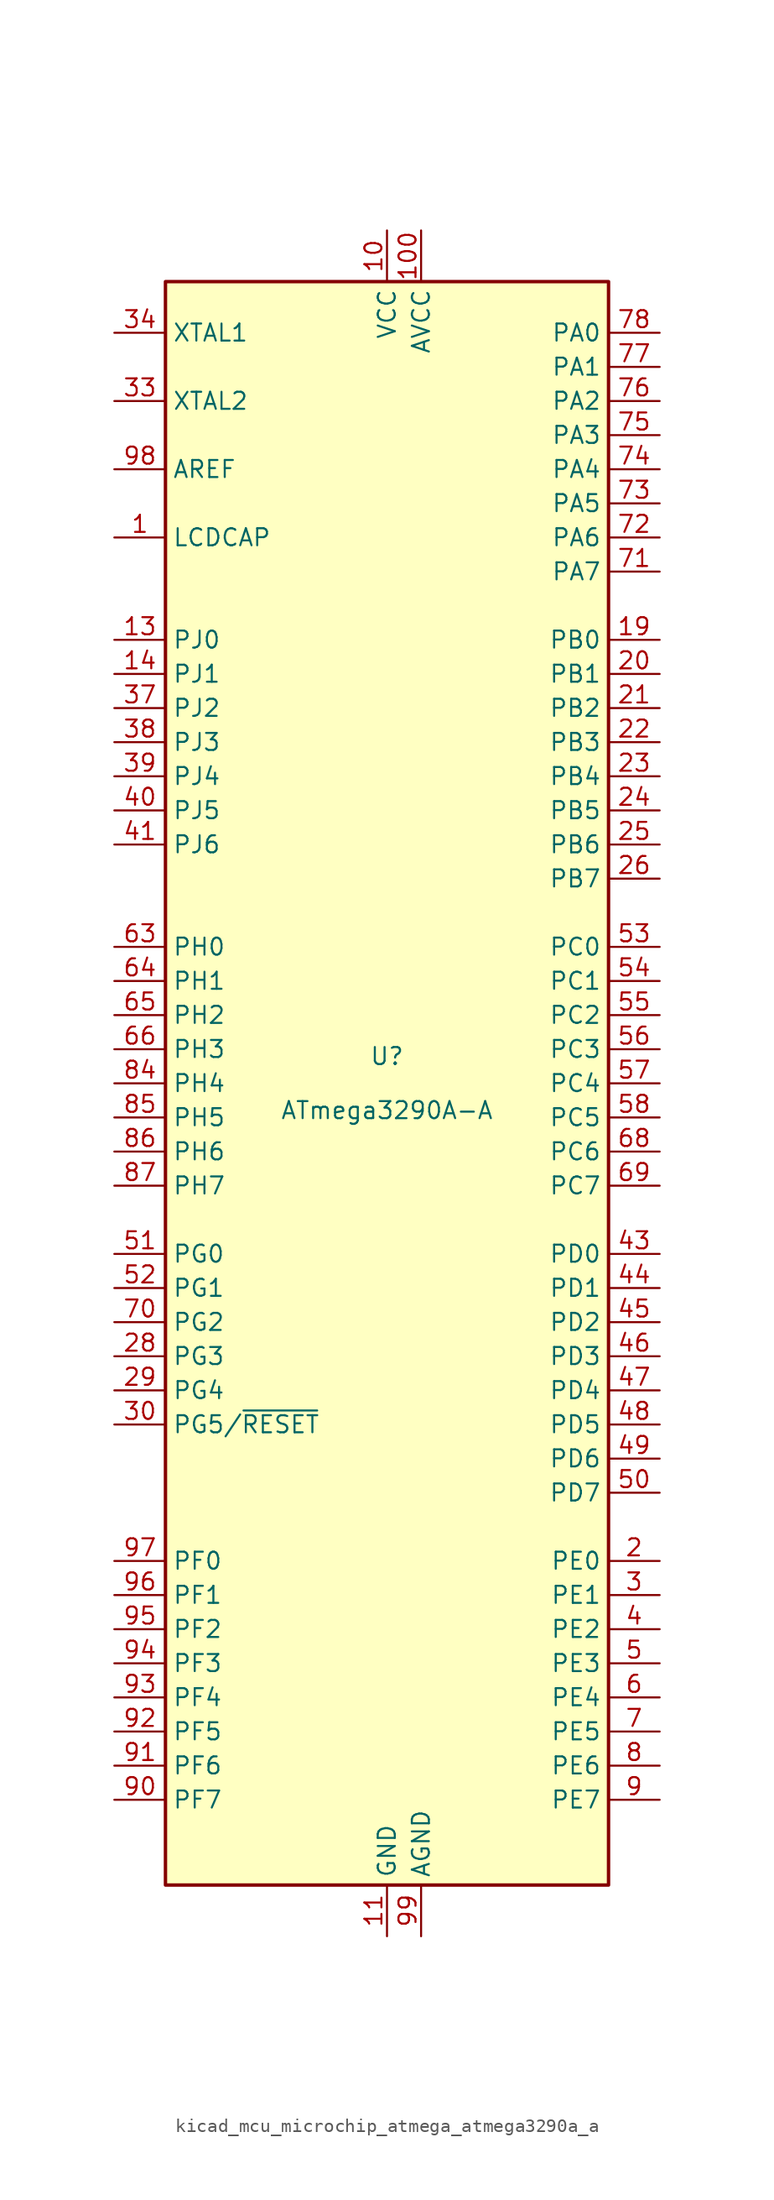
<source format=kicad_sym>
(kicad_symbol_lib
  (version 20220914)
  (generator kicad_symbol_editor)
  (symbol "kicad_mcu_microchip_atmega_atmega3290a_a"
    (property "Reference" "U"
      (at 0 1.27 0)
      (effects (font (size 1.27 1.27)) (justify bottom)))
    (property "Value" "ATmega3290A-A"
      (at 0 -1.27 0)
      (effects (font (size 1.27 1.27)) (justify top)))
    (symbol "kicad_mcu_microchip_atmega_atmega3290a_a_0_1"
      (rectangle (start -16.51 -59.69) (end 16.51 59.69) (stroke (width 0.254) (type default)) (fill (type background))))
    (symbol "kicad_mcu_microchip_atmega_atmega3290a_a_1_1"
      (pin passive line (at -20.32 40.64 0) (length 3.81) (name "LCDCAP" (effects (font (size 1.27 1.27)))) (number "1" (effects (font (size 1.27 1.27)))))
      (pin power_in line (at 0 63.5 270) (length 3.81) (name "VCC" (effects (font (size 1.27 1.27)))) (number "10" (effects (font (size 1.27 1.27)))))
      (pin power_in line (at 2.54 63.5 270) (length 3.81) (name "AVCC" (effects (font (size 1.27 1.27)))) (number "100" (effects (font (size 1.27 1.27)))))
      (pin power_in line (at 0 -63.5 90) (length 3.81) (name "GND" (effects (font (size 1.27 1.27)))) (number "11" (effects (font (size 1.27 1.27)))))
      (pin no_connect line (at -15.24 38.1 0) (length 2.54) hide (name "NC" (effects (font (size 1.27 1.27)))) (number "12" (effects (font (size 1.27 1.27)))))
      (pin bidirectional line (at -20.32 33.02 0) (length 3.81) (name "PJ0" (effects (font (size 1.27 1.27)))) (number "13" (effects (font (size 1.27 1.27)))))
      (pin bidirectional line (at -20.32 30.48 0) (length 3.81) (name "PJ1" (effects (font (size 1.27 1.27)))) (number "14" (effects (font (size 1.27 1.27)))))
      (pin no_connect line (at -15.24 35.56 0) (length 2.54) hide (name "NC" (effects (font (size 1.27 1.27)))) (number "15" (effects (font (size 1.27 1.27)))))
      (pin no_connect line (at -15.24 15.24 0) (length 2.54) hide (name "NC" (effects (font (size 1.27 1.27)))) (number "16" (effects (font (size 1.27 1.27)))))
      (pin no_connect line (at -15.24 12.7 0) (length 2.54) hide (name "NC" (effects (font (size 1.27 1.27)))) (number "17" (effects (font (size 1.27 1.27)))))
      (pin no_connect line (at -15.24 -10.16 0) (length 2.54) hide (name "NC" (effects (font (size 1.27 1.27)))) (number "18" (effects (font (size 1.27 1.27)))))
      (pin bidirectional line (at 20.32 33.02 180) (length 3.81) (name "PB0" (effects (font (size 1.27 1.27)))) (number "19" (effects (font (size 1.27 1.27)))))
      (pin bidirectional line (at 20.32 -35.56 180) (length 3.81) (name "PE0" (effects (font (size 1.27 1.27)))) (number "2" (effects (font (size 1.27 1.27)))))
      (pin bidirectional line (at 20.32 30.48 180) (length 3.81) (name "PB1" (effects (font (size 1.27 1.27)))) (number "20" (effects (font (size 1.27 1.27)))))
      (pin bidirectional line (at 20.32 27.94 180) (length 3.81) (name "PB2" (effects (font (size 1.27 1.27)))) (number "21" (effects (font (size 1.27 1.27)))))
      (pin bidirectional line (at 20.32 25.4 180) (length 3.81) (name "PB3" (effects (font (size 1.27 1.27)))) (number "22" (effects (font (size 1.27 1.27)))))
      (pin bidirectional line (at 20.32 22.86 180) (length 3.81) (name "PB4" (effects (font (size 1.27 1.27)))) (number "23" (effects (font (size 1.27 1.27)))))
      (pin bidirectional line (at 20.32 20.32 180) (length 3.81) (name "PB5" (effects (font (size 1.27 1.27)))) (number "24" (effects (font (size 1.27 1.27)))))
      (pin bidirectional line (at 20.32 17.78 180) (length 3.81) (name "PB6" (effects (font (size 1.27 1.27)))) (number "25" (effects (font (size 1.27 1.27)))))
      (pin bidirectional line (at 20.32 15.24 180) (length 3.81) (name "PB7" (effects (font (size 1.27 1.27)))) (number "26" (effects (font (size 1.27 1.27)))))
      (pin no_connect line (at -15.24 -27.94 0) (length 2.54) hide (name "NC" (effects (font (size 1.27 1.27)))) (number "27" (effects (font (size 1.27 1.27)))))
      (pin bidirectional line (at -20.32 -20.32 0) (length 3.81) (name "PG3" (effects (font (size 1.27 1.27)))) (number "28" (effects (font (size 1.27 1.27)))))
      (pin bidirectional line (at -20.32 -22.86 0) (length 3.81) (name "PG4" (effects (font (size 1.27 1.27)))) (number "29" (effects (font (size 1.27 1.27)))))
      (pin bidirectional line (at 20.32 -38.1 180) (length 3.81) (name "PE1" (effects (font (size 1.27 1.27)))) (number "3" (effects (font (size 1.27 1.27)))))
      (pin bidirectional line (at -20.32 -25.4 0) (length 3.81) (name "PG5/~{RESET}" (effects (font (size 1.27 1.27)))) (number "30" (effects (font (size 1.27 1.27)))))
      (pin passive line (at 0 63.5 270) (length 3.81) hide (name "VCC" (effects (font (size 1.27 1.27)))) (number "31" (effects (font (size 1.27 1.27)))))
      (pin passive line (at 0 -63.5 90) (length 3.81) hide (name "GND" (effects (font (size 1.27 1.27)))) (number "32" (effects (font (size 1.27 1.27)))))
      (pin output line (at -20.32 50.8 0) (length 3.81) (name "XTAL2" (effects (font (size 1.27 1.27)))) (number "33" (effects (font (size 1.27 1.27)))))
      (pin input line (at -20.32 55.88 0) (length 3.81) (name "XTAL1" (effects (font (size 1.27 1.27)))) (number "34" (effects (font (size 1.27 1.27)))))
      (pin no_connect line (at -15.24 -30.48 0) (length 2.54) hide (name "NC" (effects (font (size 1.27 1.27)))) (number "35" (effects (font (size 1.27 1.27)))))
      (pin no_connect line (at -15.24 -33.02 0) (length 2.54) hide (name "NC" (effects (font (size 1.27 1.27)))) (number "36" (effects (font (size 1.27 1.27)))))
      (pin bidirectional line (at -20.32 27.94 0) (length 3.81) (name "PJ2" (effects (font (size 1.27 1.27)))) (number "37" (effects (font (size 1.27 1.27)))))
      (pin bidirectional line (at -20.32 25.4 0) (length 3.81) (name "PJ3" (effects (font (size 1.27 1.27)))) (number "38" (effects (font (size 1.27 1.27)))))
      (pin bidirectional line (at -20.32 22.86 0) (length 3.81) (name "PJ4" (effects (font (size 1.27 1.27)))) (number "39" (effects (font (size 1.27 1.27)))))
      (pin bidirectional line (at 20.32 -40.64 180) (length 3.81) (name "PE2" (effects (font (size 1.27 1.27)))) (number "4" (effects (font (size 1.27 1.27)))))
      (pin bidirectional line (at -20.32 20.32 0) (length 3.81) (name "PJ5" (effects (font (size 1.27 1.27)))) (number "40" (effects (font (size 1.27 1.27)))))
      (pin bidirectional line (at -20.32 17.78 0) (length 3.81) (name "PJ6" (effects (font (size 1.27 1.27)))) (number "41" (effects (font (size 1.27 1.27)))))
      (pin no_connect line (at -15.24 -58.42 90) (length 2.54) hide (name "NC" (effects (font (size 1.27 1.27)))) (number "42" (effects (font (size 1.27 1.27)))))
      (pin bidirectional line (at 20.32 -12.7 180) (length 3.81) (name "PD0" (effects (font (size 1.27 1.27)))) (number "43" (effects (font (size 1.27 1.27)))))
      (pin bidirectional line (at 20.32 -15.24 180) (length 3.81) (name "PD1" (effects (font (size 1.27 1.27)))) (number "44" (effects (font (size 1.27 1.27)))))
      (pin bidirectional line (at 20.32 -17.78 180) (length 3.81) (name "PD2" (effects (font (size 1.27 1.27)))) (number "45" (effects (font (size 1.27 1.27)))))
      (pin bidirectional line (at 20.32 -20.32 180) (length 3.81) (name "PD3" (effects (font (size 1.27 1.27)))) (number "46" (effects (font (size 1.27 1.27)))))
      (pin bidirectional line (at 20.32 -22.86 180) (length 3.81) (name "PD4" (effects (font (size 1.27 1.27)))) (number "47" (effects (font (size 1.27 1.27)))))
      (pin bidirectional line (at 20.32 -25.4 180) (length 3.81) (name "PD5" (effects (font (size 1.27 1.27)))) (number "48" (effects (font (size 1.27 1.27)))))
      (pin bidirectional line (at 20.32 -27.94 180) (length 3.81) (name "PD6" (effects (font (size 1.27 1.27)))) (number "49" (effects (font (size 1.27 1.27)))))
      (pin bidirectional line (at 20.32 -43.18 180) (length 3.81) (name "PE3" (effects (font (size 1.27 1.27)))) (number "5" (effects (font (size 1.27 1.27)))))
      (pin bidirectional line (at 20.32 -30.48 180) (length 3.81) (name "PD7" (effects (font (size 1.27 1.27)))) (number "50" (effects (font (size 1.27 1.27)))))
      (pin bidirectional line (at -20.32 -12.7 0) (length 3.81) (name "PG0" (effects (font (size 1.27 1.27)))) (number "51" (effects (font (size 1.27 1.27)))))
      (pin bidirectional line (at -20.32 -15.24 0) (length 3.81) (name "PG1" (effects (font (size 1.27 1.27)))) (number "52" (effects (font (size 1.27 1.27)))))
      (pin bidirectional line (at 20.32 10.16 180) (length 3.81) (name "PC0" (effects (font (size 1.27 1.27)))) (number "53" (effects (font (size 1.27 1.27)))))
      (pin bidirectional line (at 20.32 7.62 180) (length 3.81) (name "PC1" (effects (font (size 1.27 1.27)))) (number "54" (effects (font (size 1.27 1.27)))))
      (pin bidirectional line (at 20.32 5.08 180) (length 3.81) (name "PC2" (effects (font (size 1.27 1.27)))) (number "55" (effects (font (size 1.27 1.27)))))
      (pin bidirectional line (at 20.32 2.54 180) (length 3.81) (name "PC3" (effects (font (size 1.27 1.27)))) (number "56" (effects (font (size 1.27 1.27)))))
      (pin bidirectional line (at 20.32 0 180) (length 3.81) (name "PC4" (effects (font (size 1.27 1.27)))) (number "57" (effects (font (size 1.27 1.27)))))
      (pin bidirectional line (at 20.32 -2.54 180) (length 3.81) (name "PC5" (effects (font (size 1.27 1.27)))) (number "58" (effects (font (size 1.27 1.27)))))
      (pin no_connect line (at -12.7 -58.42 90) (length 2.54) hide (name "NC" (effects (font (size 1.27 1.27)))) (number "59" (effects (font (size 1.27 1.27)))))
      (pin bidirectional line (at 20.32 -45.72 180) (length 3.81) (name "PE4" (effects (font (size 1.27 1.27)))) (number "6" (effects (font (size 1.27 1.27)))))
      (pin no_connect line (at -10.16 -58.42 90) (length 2.54) hide (name "NC" (effects (font (size 1.27 1.27)))) (number "60" (effects (font (size 1.27 1.27)))))
      (pin no_connect line (at -7.62 -58.42 90) (length 2.54) hide (name "NC" (effects (font (size 1.27 1.27)))) (number "61" (effects (font (size 1.27 1.27)))))
      (pin no_connect line (at -5.08 -58.42 90) (length 2.54) hide (name "NC" (effects (font (size 1.27 1.27)))) (number "62" (effects (font (size 1.27 1.27)))))
      (pin bidirectional line (at -20.32 10.16 0) (length 3.81) (name "PH0" (effects (font (size 1.27 1.27)))) (number "63" (effects (font (size 1.27 1.27)))))
      (pin bidirectional line (at -20.32 7.62 0) (length 3.81) (name "PH1" (effects (font (size 1.27 1.27)))) (number "64" (effects (font (size 1.27 1.27)))))
      (pin bidirectional line (at -20.32 5.08 0) (length 3.81) (name "PH2" (effects (font (size 1.27 1.27)))) (number "65" (effects (font (size 1.27 1.27)))))
      (pin bidirectional line (at -20.32 2.54 0) (length 3.81) (name "PH3" (effects (font (size 1.27 1.27)))) (number "66" (effects (font (size 1.27 1.27)))))
      (pin no_connect line (at -2.54 -58.42 90) (length 2.54) hide (name "NC" (effects (font (size 1.27 1.27)))) (number "67" (effects (font (size 1.27 1.27)))))
      (pin bidirectional line (at 20.32 -5.08 180) (length 3.81) (name "PC6" (effects (font (size 1.27 1.27)))) (number "68" (effects (font (size 1.27 1.27)))))
      (pin bidirectional line (at 20.32 -7.62 180) (length 3.81) (name "PC7" (effects (font (size 1.27 1.27)))) (number "69" (effects (font (size 1.27 1.27)))))
      (pin bidirectional line (at 20.32 -48.26 180) (length 3.81) (name "PE5" (effects (font (size 1.27 1.27)))) (number "7" (effects (font (size 1.27 1.27)))))
      (pin bidirectional line (at -20.32 -17.78 0) (length 3.81) (name "PG2" (effects (font (size 1.27 1.27)))) (number "70" (effects (font (size 1.27 1.27)))))
      (pin bidirectional line (at 20.32 38.1 180) (length 3.81) (name "PA7" (effects (font (size 1.27 1.27)))) (number "71" (effects (font (size 1.27 1.27)))))
      (pin bidirectional line (at 20.32 40.64 180) (length 3.81) (name "PA6" (effects (font (size 1.27 1.27)))) (number "72" (effects (font (size 1.27 1.27)))))
      (pin bidirectional line (at 20.32 43.18 180) (length 3.81) (name "PA5" (effects (font (size 1.27 1.27)))) (number "73" (effects (font (size 1.27 1.27)))))
      (pin bidirectional line (at 20.32 45.72 180) (length 3.81) (name "PA4" (effects (font (size 1.27 1.27)))) (number "74" (effects (font (size 1.27 1.27)))))
      (pin bidirectional line (at 20.32 48.26 180) (length 3.81) (name "PA3" (effects (font (size 1.27 1.27)))) (number "75" (effects (font (size 1.27 1.27)))))
      (pin bidirectional line (at 20.32 50.8 180) (length 3.81) (name "PA2" (effects (font (size 1.27 1.27)))) (number "76" (effects (font (size 1.27 1.27)))))
      (pin bidirectional line (at 20.32 53.34 180) (length 3.81) (name "PA1" (effects (font (size 1.27 1.27)))) (number "77" (effects (font (size 1.27 1.27)))))
      (pin bidirectional line (at 20.32 55.88 180) (length 3.81) (name "PA0" (effects (font (size 1.27 1.27)))) (number "78" (effects (font (size 1.27 1.27)))))
      (pin no_connect line (at 5.08 -58.42 90) (length 2.54) hide (name "NC" (effects (font (size 1.27 1.27)))) (number "79" (effects (font (size 1.27 1.27)))))
      (pin bidirectional line (at 20.32 -50.8 180) (length 3.81) (name "PE6" (effects (font (size 1.27 1.27)))) (number "8" (effects (font (size 1.27 1.27)))))
      (pin passive line (at 0 63.5 270) (length 3.81) hide (name "VCC" (effects (font (size 1.27 1.27)))) (number "80" (effects (font (size 1.27 1.27)))))
      (pin passive line (at 0 -63.5 90) (length 3.81) hide (name "GND" (effects (font (size 1.27 1.27)))) (number "81" (effects (font (size 1.27 1.27)))))
      (pin no_connect line (at 7.62 -58.42 90) (length 2.54) hide (name "NC" (effects (font (size 1.27 1.27)))) (number "82" (effects (font (size 1.27 1.27)))))
      (pin no_connect line (at 10.16 -58.42 90) (length 2.54) hide (name "NC" (effects (font (size 1.27 1.27)))) (number "83" (effects (font (size 1.27 1.27)))))
      (pin bidirectional line (at -20.32 0 0) (length 3.81) (name "PH4" (effects (font (size 1.27 1.27)))) (number "84" (effects (font (size 1.27 1.27)))))
      (pin bidirectional line (at -20.32 -2.54 0) (length 3.81) (name "PH5" (effects (font (size 1.27 1.27)))) (number "85" (effects (font (size 1.27 1.27)))))
      (pin bidirectional line (at -20.32 -5.08 0) (length 3.81) (name "PH6" (effects (font (size 1.27 1.27)))) (number "86" (effects (font (size 1.27 1.27)))))
      (pin bidirectional line (at -20.32 -7.62 0) (length 3.81) (name "PH7" (effects (font (size 1.27 1.27)))) (number "87" (effects (font (size 1.27 1.27)))))
      (pin no_connect line (at 12.7 -58.42 90) (length 2.54) hide (name "NC" (effects (font (size 1.27 1.27)))) (number "88" (effects (font (size 1.27 1.27)))))
      (pin no_connect line (at 15.24 -58.42 90) (length 2.54) hide (name "NC" (effects (font (size 1.27 1.27)))) (number "89" (effects (font (size 1.27 1.27)))))
      (pin bidirectional line (at 20.32 -53.34 180) (length 3.81) (name "PE7" (effects (font (size 1.27 1.27)))) (number "9" (effects (font (size 1.27 1.27)))))
      (pin bidirectional line (at -20.32 -53.34 0) (length 3.81) (name "PF7" (effects (font (size 1.27 1.27)))) (number "90" (effects (font (size 1.27 1.27)))))
      (pin bidirectional line (at -20.32 -50.8 0) (length 3.81) (name "PF6" (effects (font (size 1.27 1.27)))) (number "91" (effects (font (size 1.27 1.27)))))
      (pin bidirectional line (at -20.32 -48.26 0) (length 3.81) (name "PF5" (effects (font (size 1.27 1.27)))) (number "92" (effects (font (size 1.27 1.27)))))
      (pin bidirectional line (at -20.32 -45.72 0) (length 3.81) (name "PF4" (effects (font (size 1.27 1.27)))) (number "93" (effects (font (size 1.27 1.27)))))
      (pin bidirectional line (at -20.32 -43.18 0) (length 3.81) (name "PF3" (effects (font (size 1.27 1.27)))) (number "94" (effects (font (size 1.27 1.27)))))
      (pin bidirectional line (at -20.32 -40.64 0) (length 3.81) (name "PF2" (effects (font (size 1.27 1.27)))) (number "95" (effects (font (size 1.27 1.27)))))
      (pin bidirectional line (at -20.32 -38.1 0) (length 3.81) (name "PF1" (effects (font (size 1.27 1.27)))) (number "96" (effects (font (size 1.27 1.27)))))
      (pin bidirectional line (at -20.32 -35.56 0) (length 3.81) (name "PF0" (effects (font (size 1.27 1.27)))) (number "97" (effects (font (size 1.27 1.27)))))
      (pin passive line (at -20.32 45.72 0) (length 3.81) (name "AREF" (effects (font (size 1.27 1.27)))) (number "98" (effects (font (size 1.27 1.27)))))
      (pin power_in line (at 2.54 -63.5 90) (length 3.81) (name "AGND" (effects (font (size 1.27 1.27)))) (number "99" (effects (font (size 1.27 1.27))))))))
</source>
